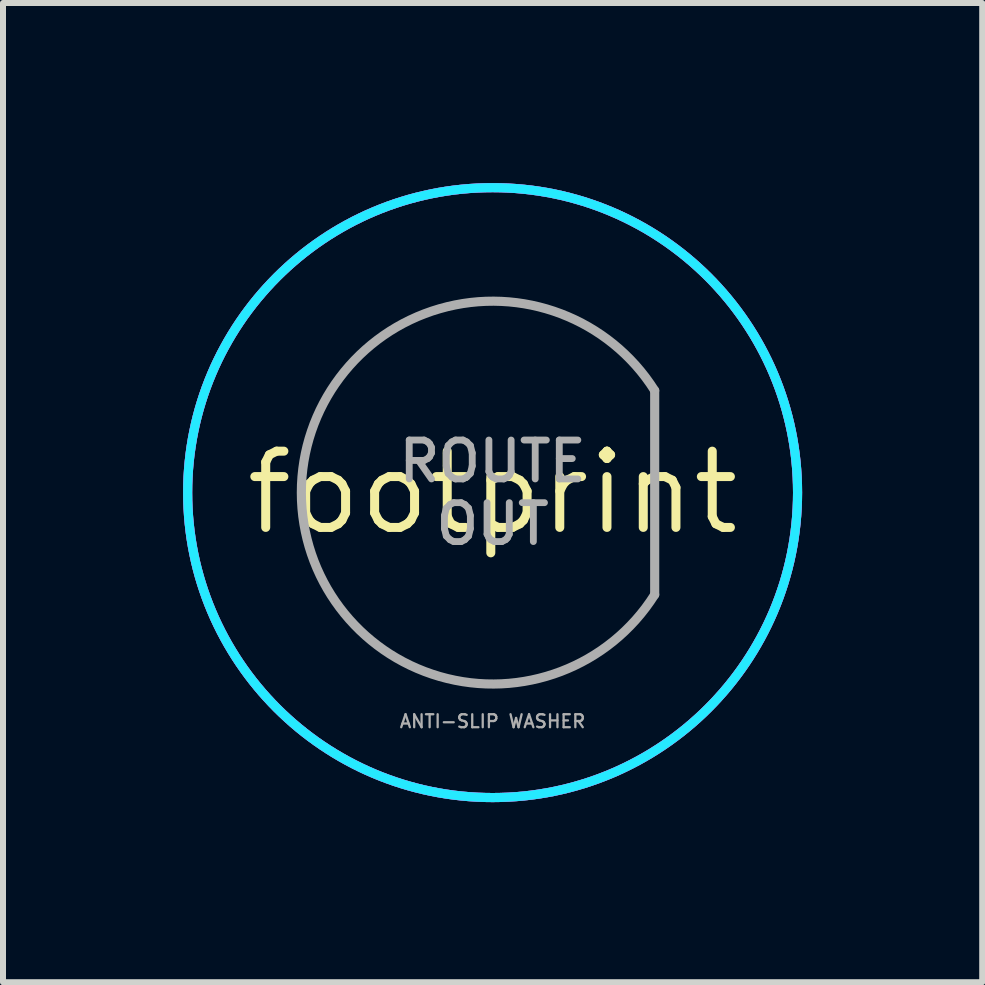
<source format=kicad_pcb>
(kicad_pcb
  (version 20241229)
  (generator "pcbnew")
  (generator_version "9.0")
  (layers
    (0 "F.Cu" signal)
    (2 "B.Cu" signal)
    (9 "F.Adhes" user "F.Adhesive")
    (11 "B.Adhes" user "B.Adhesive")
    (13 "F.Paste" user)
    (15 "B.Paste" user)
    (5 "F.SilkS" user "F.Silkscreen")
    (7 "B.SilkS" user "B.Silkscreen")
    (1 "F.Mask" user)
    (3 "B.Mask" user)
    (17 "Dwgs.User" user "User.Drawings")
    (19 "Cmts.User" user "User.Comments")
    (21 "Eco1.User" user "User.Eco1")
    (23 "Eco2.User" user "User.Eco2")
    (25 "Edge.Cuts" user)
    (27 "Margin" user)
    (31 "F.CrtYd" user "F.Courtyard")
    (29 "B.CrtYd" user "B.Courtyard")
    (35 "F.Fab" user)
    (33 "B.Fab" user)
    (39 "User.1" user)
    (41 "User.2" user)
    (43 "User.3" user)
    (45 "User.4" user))
  (footprint "footprint"
    (layer "F.Cu")
    (at 5.156 5.156)
    (property "Reference" "footprint" (at 0 0 0) (layer "F.SilkS") (effects (font (size 1.27 1.27) (thickness 0.15))))
    (fp_circle (center 0 0) (end 2.54 0) (stroke (width 5.08) (type solid)) (fill no) (layer "F.Mask"))
    (fp_circle (center 0 0) (end 2.54 0) (stroke (width 5.08) (type solid)) (fill no) (layer "B.Mask"))
    (fp_circle (center 0 0) (end 5.08 0) (stroke (width 0.152) (type solid)) (fill no) (layer "B.CrtYd"))
    (fp_circle (center 0 0) (end 5.08 0) (stroke (width 0.152) (type solid)) (fill no) (layer "F.CrtYd"))
    (fp_line (start 2.7 -1.7) (end 2.7 1.7) (stroke (width 0.152) (type solid)) (layer "F.Fab"))
    (fp_arc (start 2.7 1.7) (mid -3.186083 0) (end 2.7 -1.7) (stroke (width 0.1524) (type solid)) (layer "F.Fab"))
    (fp_circle (center 0 0) (end 5.08 0) (stroke (width 0.152) (type solid)) (fill no) (layer "F.Fab"))
    (fp_text user "ANTI-SLIP WASHER" (at 0 3.81 0) (layer "F.Fab") (effects (font (size 0.216 0.216) (thickness 0.038))))
    (fp_text user "ROUTE\nOUT" (at 0 0 0) (layer "F.Fab") (effects (font (size 0.648 0.648) (thickness 0.114)))))
  (gr_rect
    (start -3 -3)
    (end 13.312 13.312)
    (stroke (width 0.1) (type default))
    (fill no)
    (layer "Edge.Cuts")))
</source>
